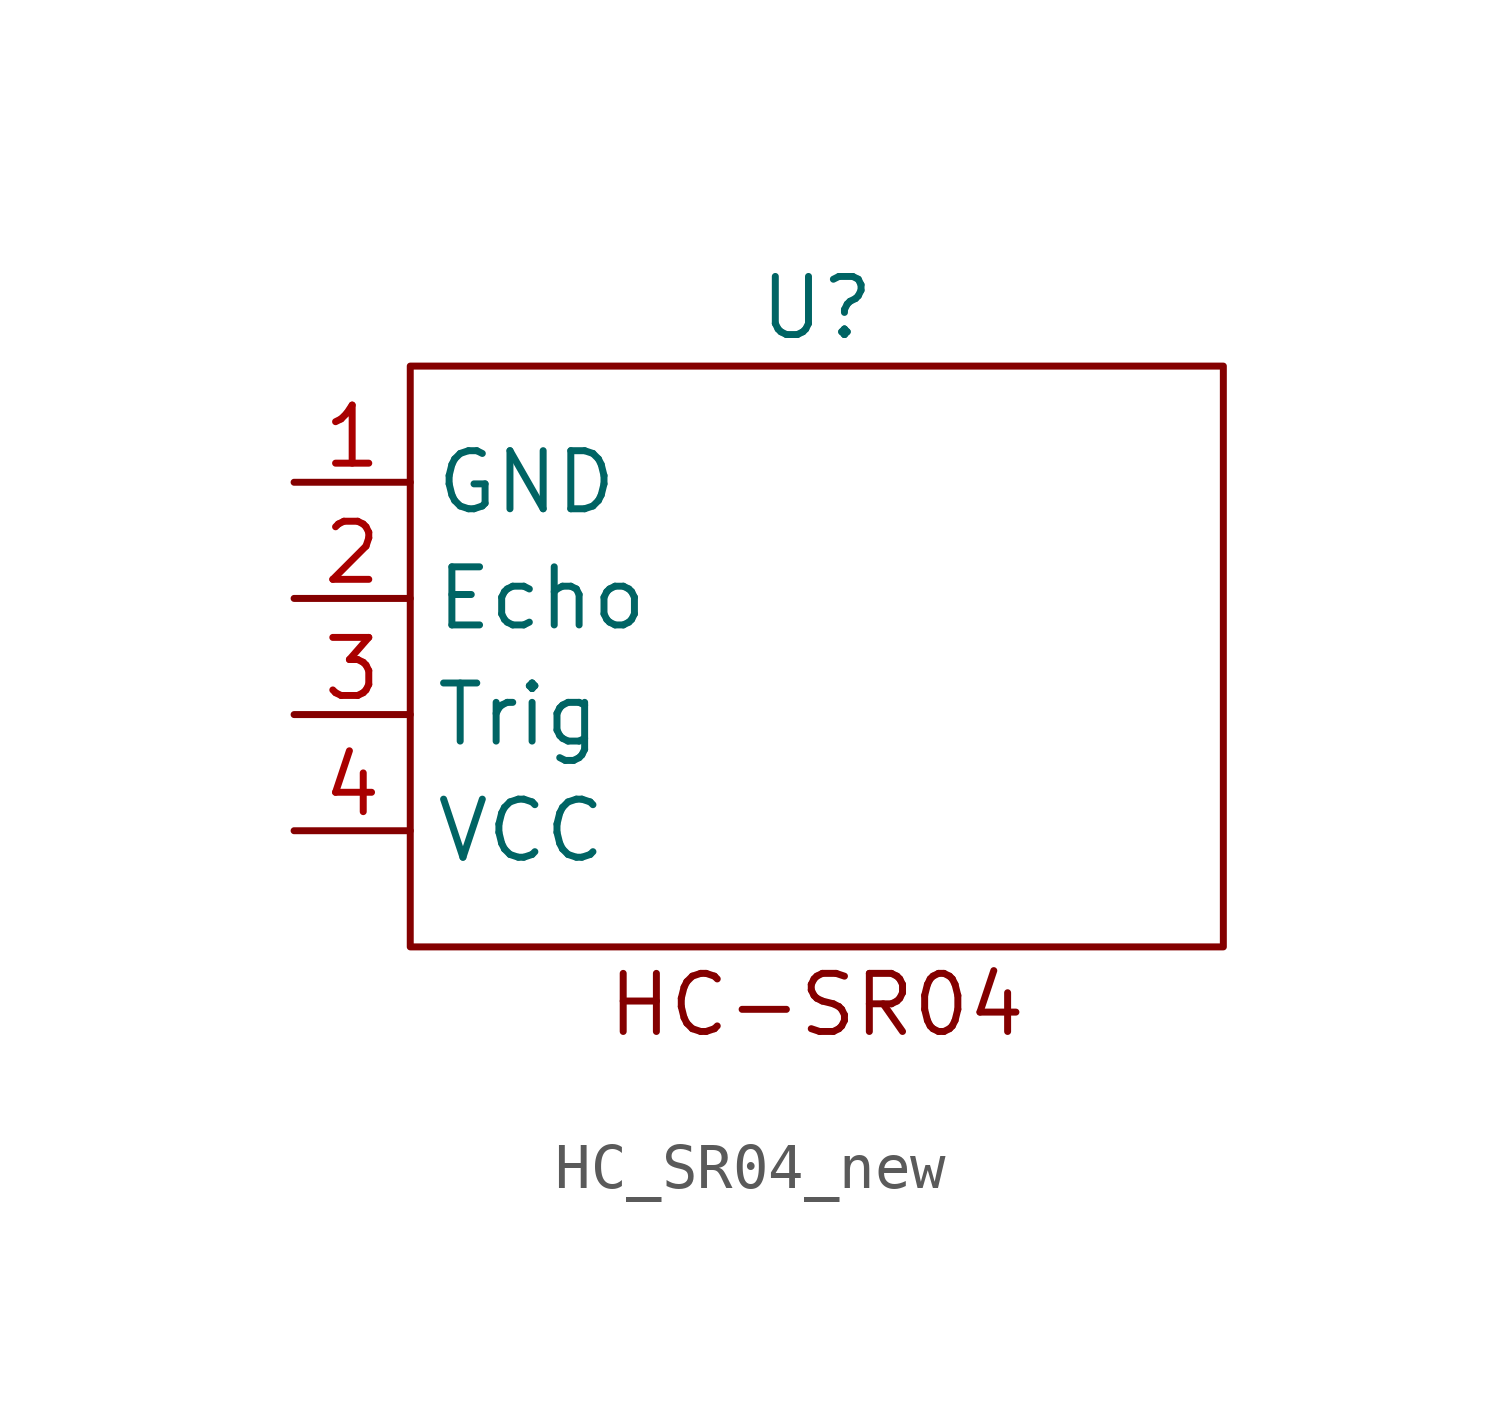
<source format=kicad_sym>
(kicad_symbol_lib
  (version 20220914)
  (generator kicad_symbol_editor)
  (symbol "HC_SR04_new"
    (property "Reference" "U"
      (at 0 7.62 0)
      (effects (font (size 1.27 1.27))))
    (property "Value" ""
      (at -3.81 6.35 0)
      (effects (font (size 1.27 1.27))))
    (symbol "HC_SR04_new_0_1"
      (rectangle (start -8.89 6.35) (end 8.89 -6.35) (stroke (width 0) (type default)) (fill (type none))))
    (symbol "HC_SR04_new_1_1"
      (text "HC-SR04" (at 0 -7.62 0) (effects (font (size 1.27 1.27))))
      (pin input line (at -11.43 3.81 0) (length 2.54) (name "GND" (effects (font (size 1.27 1.27)))) (number "1" (effects (font (size 1.27 1.27)))))
      (pin input line (at -11.43 1.27 0) (length 2.54) (name "Echo" (effects (font (size 1.27 1.27)))) (number "2" (effects (font (size 1.27 1.27)))))
      (pin input line (at -11.43 -1.27 0) (length 2.54) (name "Trig" (effects (font (size 1.27 1.27)))) (number "3" (effects (font (size 1.27 1.27)))))
      (pin input line (at -11.43 -3.81 0) (length 2.54) (name "VCC" (effects (font (size 1.27 1.27)))) (number "4" (effects (font (size 1.27 1.27))))))))
</source>
